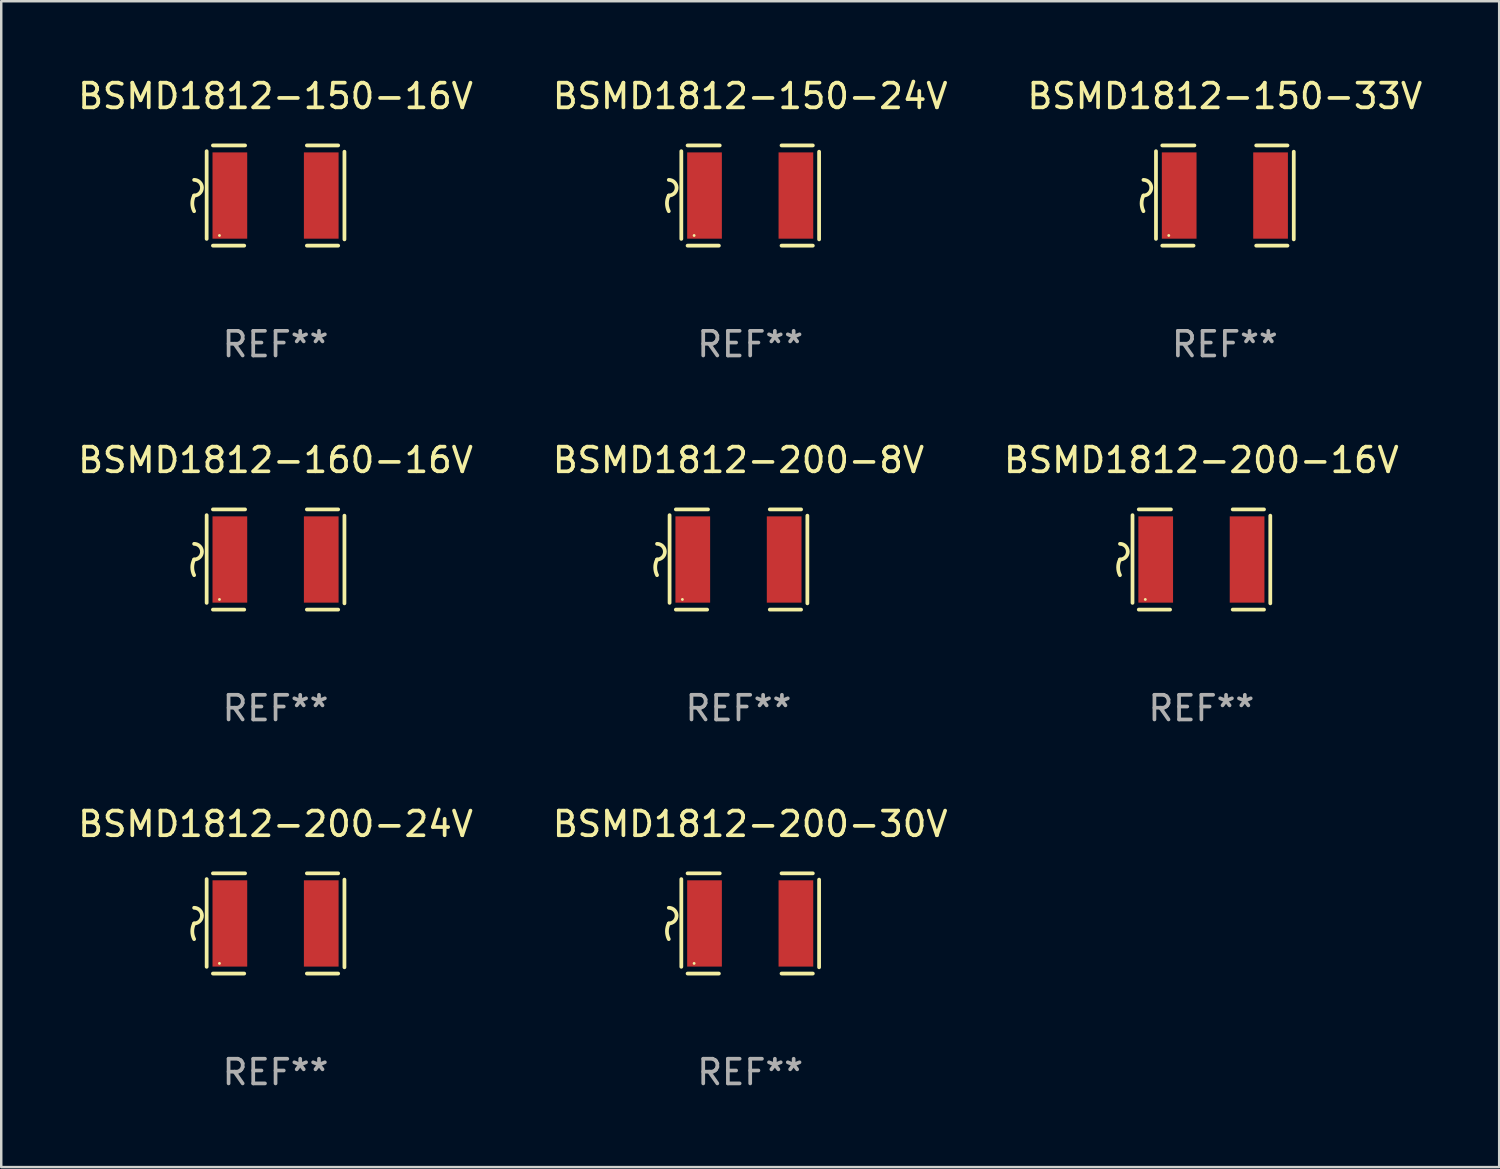
<source format=kicad_pcb>
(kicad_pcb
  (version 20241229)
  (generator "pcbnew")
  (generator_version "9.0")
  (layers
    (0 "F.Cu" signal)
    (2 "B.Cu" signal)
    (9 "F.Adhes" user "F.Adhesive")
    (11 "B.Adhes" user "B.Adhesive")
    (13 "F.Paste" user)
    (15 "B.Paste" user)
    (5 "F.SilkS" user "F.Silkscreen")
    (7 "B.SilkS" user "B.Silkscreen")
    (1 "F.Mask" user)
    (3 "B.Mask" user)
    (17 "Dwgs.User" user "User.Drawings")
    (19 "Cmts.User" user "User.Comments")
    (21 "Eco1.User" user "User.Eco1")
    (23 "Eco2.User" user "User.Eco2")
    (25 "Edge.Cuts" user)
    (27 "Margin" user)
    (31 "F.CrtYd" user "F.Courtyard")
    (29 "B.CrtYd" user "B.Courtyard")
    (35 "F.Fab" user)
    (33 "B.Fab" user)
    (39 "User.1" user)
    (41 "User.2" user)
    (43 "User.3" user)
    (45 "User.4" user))
  (footprint "BSMD1812-200-30V"
    (layer "F.Cu")
    (at 27.375 34.401)
    (property "Reference" "BSMD1812-200-30V" (at 0 -4.032 0) (layer "F.SilkS") (effects (font (size 1 1) (thickness 0.15))))
    (attr through_hole)
    (fp_line (start -2.794 -1.798) (end -2.794 1.758) (stroke (width 0.152) (type solid)) (layer "F.SilkS"))
    (fp_line (start -2.54 -2.032) (end -1.235 -2.032) (stroke (width 0.152) (type solid)) (layer "F.SilkS"))
    (fp_line (start -1.27 2.032) (end -2.54 2.032) (stroke (width 0.152) (type solid)) (layer "F.SilkS"))
    (fp_line (start 1.27 2.032) (end 2.54 2.032) (stroke (width 0.152) (type solid)) (layer "F.SilkS"))
    (fp_line (start 2.54 -2.032) (end 1.27 -2.032) (stroke (width 0.152) (type solid)) (layer "F.SilkS"))
    (fp_line (start 2.794 -1.778) (end 2.794 1.778) (stroke (width 0.152) (type solid)) (layer "F.SilkS"))
    (fp_arc (start -3.302007 -0.635002) (mid -2.984506 -0.317501) (end -3.302007 0) (stroke (width 0.151994) (type solid)) (layer "F.SilkS"))
    (fp_arc (start -3.302007 0.635002) (mid -3.376959 0.317501) (end -3.302007 0) (stroke (width 0.151994) (type solid)) (layer "F.SilkS"))
    (fp_circle (center -2.275 1.62) (end -2.245 1.62) (stroke (width 0.06) (type solid)) (fill no) (layer "F.SilkS"))
    (fp_text user "REF**" (at 0 6.032 0) (layer "F.Fab") (effects (font (size 1 1) (thickness 0.15))))
    (pad "1" smd rect (at -1.853 0) (size 1.407 3.499) (layers "F.Cu" "F.Mask" "F.Paste"))
    (pad "2" smd rect (at 1.853 0) (size 1.407 3.499) (layers "F.Cu" "F.Mask" "F.Paste")))
  (footprint "BSMD1812-150-16V"
    (layer "F.Cu")
    (at 8.125 4.88)
    (property "Reference" "BSMD1812-150-16V" (at 0 -4.032 0) (layer "F.SilkS") (effects (font (size 1 1) (thickness 0.15))))
    (attr through_hole)
    (fp_line (start -2.794 -1.798) (end -2.794 1.758) (stroke (width 0.152) (type solid)) (layer "F.SilkS"))
    (fp_line (start -2.54 -2.032) (end -1.235 -2.032) (stroke (width 0.152) (type solid)) (layer "F.SilkS"))
    (fp_line (start -1.27 2.032) (end -2.54 2.032) (stroke (width 0.152) (type solid)) (layer "F.SilkS"))
    (fp_line (start 1.27 2.032) (end 2.54 2.032) (stroke (width 0.152) (type solid)) (layer "F.SilkS"))
    (fp_line (start 2.54 -2.032) (end 1.27 -2.032) (stroke (width 0.152) (type solid)) (layer "F.SilkS"))
    (fp_line (start 2.794 -1.778) (end 2.794 1.778) (stroke (width 0.152) (type solid)) (layer "F.SilkS"))
    (fp_arc (start -3.302007 -0.635002) (mid -2.984506 -0.317501) (end -3.302007 0) (stroke (width 0.151994) (type solid)) (layer "F.SilkS"))
    (fp_arc (start -3.302007 0.635002) (mid -3.376959 0.317501) (end -3.302007 0) (stroke (width 0.151994) (type solid)) (layer "F.SilkS"))
    (fp_circle (center -2.275 1.62) (end -2.245 1.62) (stroke (width 0.06) (type solid)) (fill no) (layer "F.SilkS"))
    (fp_text user "REF**" (at 0 6.032 0) (layer "F.Fab") (effects (font (size 1 1) (thickness 0.15))))
    (pad "1" smd rect (at -1.853 0) (size 1.407 3.499) (layers "F.Cu" "F.Mask" "F.Paste"))
    (pad "2" smd rect (at 1.853 0) (size 1.407 3.499) (layers "F.Cu" "F.Mask" "F.Paste")))
  (footprint "BSMD1812-150-33V"
    (layer "F.Cu")
    (at 46.625 4.88)
    (property "Reference" "BSMD1812-150-33V" (at 0 -4.032 0) (layer "F.SilkS") (effects (font (size 1 1) (thickness 0.15))))
    (attr through_hole)
    (fp_line (start -2.794 -1.798) (end -2.794 1.758) (stroke (width 0.152) (type solid)) (layer "F.SilkS"))
    (fp_line (start -2.54 -2.032) (end -1.235 -2.032) (stroke (width 0.152) (type solid)) (layer "F.SilkS"))
    (fp_line (start -1.27 2.032) (end -2.54 2.032) (stroke (width 0.152) (type solid)) (layer "F.SilkS"))
    (fp_line (start 1.27 2.032) (end 2.54 2.032) (stroke (width 0.152) (type solid)) (layer "F.SilkS"))
    (fp_line (start 2.54 -2.032) (end 1.27 -2.032) (stroke (width 0.152) (type solid)) (layer "F.SilkS"))
    (fp_line (start 2.794 -1.778) (end 2.794 1.778) (stroke (width 0.152) (type solid)) (layer "F.SilkS"))
    (fp_arc (start -3.302007 -0.635002) (mid -2.984506 -0.317501) (end -3.302007 0) (stroke (width 0.151994) (type solid)) (layer "F.SilkS"))
    (fp_arc (start -3.302007 0.635002) (mid -3.376959 0.317501) (end -3.302007 0) (stroke (width 0.151994) (type solid)) (layer "F.SilkS"))
    (fp_circle (center -2.275 1.62) (end -2.245 1.62) (stroke (width 0.06) (type solid)) (fill no) (layer "F.SilkS"))
    (fp_text user "REF**" (at 0 6.032 0) (layer "F.Fab") (effects (font (size 1 1) (thickness 0.15))))
    (pad "1" smd rect (at -1.853 0) (size 1.407 3.499) (layers "F.Cu" "F.Mask" "F.Paste"))
    (pad "2" smd rect (at 1.853 0) (size 1.407 3.499) (layers "F.Cu" "F.Mask" "F.Paste")))
  (footprint "BSMD1812-150-24V"
    (layer "F.Cu")
    (at 27.375 4.88)
    (property "Reference" "BSMD1812-150-24V" (at 0 -4.032 0) (layer "F.SilkS") (effects (font (size 1 1) (thickness 0.15))))
    (attr through_hole)
    (fp_line (start -2.794 -1.798) (end -2.794 1.758) (stroke (width 0.152) (type solid)) (layer "F.SilkS"))
    (fp_line (start -2.54 -2.032) (end -1.235 -2.032) (stroke (width 0.152) (type solid)) (layer "F.SilkS"))
    (fp_line (start -1.27 2.032) (end -2.54 2.032) (stroke (width 0.152) (type solid)) (layer "F.SilkS"))
    (fp_line (start 1.27 2.032) (end 2.54 2.032) (stroke (width 0.152) (type solid)) (layer "F.SilkS"))
    (fp_line (start 2.54 -2.032) (end 1.27 -2.032) (stroke (width 0.152) (type solid)) (layer "F.SilkS"))
    (fp_line (start 2.794 -1.778) (end 2.794 1.778) (stroke (width 0.152) (type solid)) (layer "F.SilkS"))
    (fp_arc (start -3.302007 -0.635002) (mid -2.984506 -0.317501) (end -3.302007 0) (stroke (width 0.151994) (type solid)) (layer "F.SilkS"))
    (fp_arc (start -3.302007 0.635002) (mid -3.376959 0.317501) (end -3.302007 0) (stroke (width 0.151994) (type solid)) (layer "F.SilkS"))
    (fp_circle (center -2.275 1.62) (end -2.245 1.62) (stroke (width 0.06) (type solid)) (fill no) (layer "F.SilkS"))
    (fp_text user "REF**" (at 0 6.032 0) (layer "F.Fab") (effects (font (size 1 1) (thickness 0.15))))
    (pad "1" smd rect (at -1.853 0) (size 1.407 3.499) (layers "F.Cu" "F.Mask" "F.Paste"))
    (pad "2" smd rect (at 1.853 0) (size 1.407 3.499) (layers "F.Cu" "F.Mask" "F.Paste")))
  (footprint "BSMD1812-200-8V"
    (layer "F.Cu")
    (at 26.899 19.641)
    (property "Reference" "BSMD1812-200-8V" (at 0 -4.032 0) (layer "F.SilkS") (effects (font (size 1 1) (thickness 0.15))))
    (attr through_hole)
    (fp_line (start -2.794 -1.798) (end -2.794 1.758) (stroke (width 0.152) (type solid)) (layer "F.SilkS"))
    (fp_line (start -2.54 -2.032) (end -1.235 -2.032) (stroke (width 0.152) (type solid)) (layer "F.SilkS"))
    (fp_line (start -1.27 2.032) (end -2.54 2.032) (stroke (width 0.152) (type solid)) (layer "F.SilkS"))
    (fp_line (start 1.27 2.032) (end 2.54 2.032) (stroke (width 0.152) (type solid)) (layer "F.SilkS"))
    (fp_line (start 2.54 -2.032) (end 1.27 -2.032) (stroke (width 0.152) (type solid)) (layer "F.SilkS"))
    (fp_line (start 2.794 -1.778) (end 2.794 1.778) (stroke (width 0.152) (type solid)) (layer "F.SilkS"))
    (fp_arc (start -3.302007 -0.635002) (mid -2.984506 -0.317501) (end -3.302007 0) (stroke (width 0.151994) (type solid)) (layer "F.SilkS"))
    (fp_arc (start -3.302007 0.635002) (mid -3.376959 0.317501) (end -3.302007 0) (stroke (width 0.151994) (type solid)) (layer "F.SilkS"))
    (fp_circle (center -2.275 1.62) (end -2.245 1.62) (stroke (width 0.06) (type solid)) (fill no) (layer "F.SilkS"))
    (fp_text user "REF**" (at 0 6.032 0) (layer "F.Fab") (effects (font (size 1 1) (thickness 0.15))))
    (pad "1" smd rect (at -1.853 0) (size 1.407 3.499) (layers "F.Cu" "F.Mask" "F.Paste"))
    (pad "2" smd rect (at 1.853 0) (size 1.407 3.499) (layers "F.Cu" "F.Mask" "F.Paste")))
  (footprint "BSMD1812-200-16V"
    (layer "F.Cu")
    (at 45.673 19.641)
    (property "Reference" "BSMD1812-200-16V" (at 0 -4.032 0) (layer "F.SilkS") (effects (font (size 1 1) (thickness 0.15))))
    (attr through_hole)
    (fp_line (start -2.794 -1.798) (end -2.794 1.758) (stroke (width 0.152) (type solid)) (layer "F.SilkS"))
    (fp_line (start -2.54 -2.032) (end -1.235 -2.032) (stroke (width 0.152) (type solid)) (layer "F.SilkS"))
    (fp_line (start -1.27 2.032) (end -2.54 2.032) (stroke (width 0.152) (type solid)) (layer "F.SilkS"))
    (fp_line (start 1.27 2.032) (end 2.54 2.032) (stroke (width 0.152) (type solid)) (layer "F.SilkS"))
    (fp_line (start 2.54 -2.032) (end 1.27 -2.032) (stroke (width 0.152) (type solid)) (layer "F.SilkS"))
    (fp_line (start 2.794 -1.778) (end 2.794 1.778) (stroke (width 0.152) (type solid)) (layer "F.SilkS"))
    (fp_arc (start -3.302007 -0.635002) (mid -2.984506 -0.317501) (end -3.302007 0) (stroke (width 0.151994) (type solid)) (layer "F.SilkS"))
    (fp_arc (start -3.302007 0.635002) (mid -3.376959 0.317501) (end -3.302007 0) (stroke (width 0.151994) (type solid)) (layer "F.SilkS"))
    (fp_circle (center -2.275 1.62) (end -2.245 1.62) (stroke (width 0.06) (type solid)) (fill no) (layer "F.SilkS"))
    (fp_text user "REF**" (at 0 6.032 0) (layer "F.Fab") (effects (font (size 1 1) (thickness 0.15))))
    (pad "1" smd rect (at -1.853 0) (size 1.407 3.499) (layers "F.Cu" "F.Mask" "F.Paste"))
    (pad "2" smd rect (at 1.853 0) (size 1.407 3.499) (layers "F.Cu" "F.Mask" "F.Paste")))
  (footprint "BSMD1812-160-16V"
    (layer "F.Cu")
    (at 8.125 19.641)
    (property "Reference" "BSMD1812-160-16V" (at 0 -4.032 0) (layer "F.SilkS") (effects (font (size 1 1) (thickness 0.15))))
    (attr through_hole)
    (fp_line (start -2.794 -1.798) (end -2.794 1.758) (stroke (width 0.152) (type solid)) (layer "F.SilkS"))
    (fp_line (start -2.54 -2.032) (end -1.235 -2.032) (stroke (width 0.152) (type solid)) (layer "F.SilkS"))
    (fp_line (start -1.27 2.032) (end -2.54 2.032) (stroke (width 0.152) (type solid)) (layer "F.SilkS"))
    (fp_line (start 1.27 2.032) (end 2.54 2.032) (stroke (width 0.152) (type solid)) (layer "F.SilkS"))
    (fp_line (start 2.54 -2.032) (end 1.27 -2.032) (stroke (width 0.152) (type solid)) (layer "F.SilkS"))
    (fp_line (start 2.794 -1.778) (end 2.794 1.778) (stroke (width 0.152) (type solid)) (layer "F.SilkS"))
    (fp_arc (start -3.302007 -0.635002) (mid -2.984506 -0.317501) (end -3.302007 0) (stroke (width 0.151994) (type solid)) (layer "F.SilkS"))
    (fp_arc (start -3.302007 0.635002) (mid -3.376959 0.317501) (end -3.302007 0) (stroke (width 0.151994) (type solid)) (layer "F.SilkS"))
    (fp_circle (center -2.275 1.62) (end -2.245 1.62) (stroke (width 0.06) (type solid)) (fill no) (layer "F.SilkS"))
    (fp_text user "REF**" (at 0 6.032 0) (layer "F.Fab") (effects (font (size 1 1) (thickness 0.15))))
    (pad "1" smd rect (at -1.853 0) (size 1.407 3.499) (layers "F.Cu" "F.Mask" "F.Paste"))
    (pad "2" smd rect (at 1.853 0) (size 1.407 3.499) (layers "F.Cu" "F.Mask" "F.Paste")))
  (footprint "BSMD1812-200-24V"
    (layer "F.Cu")
    (at 8.125 34.401)
    (property "Reference" "BSMD1812-200-24V" (at 0 -4.032 0) (layer "F.SilkS") (effects (font (size 1 1) (thickness 0.15))))
    (attr through_hole)
    (fp_line (start -2.794 -1.798) (end -2.794 1.758) (stroke (width 0.152) (type solid)) (layer "F.SilkS"))
    (fp_line (start -2.54 -2.032) (end -1.235 -2.032) (stroke (width 0.152) (type solid)) (layer "F.SilkS"))
    (fp_line (start -1.27 2.032) (end -2.54 2.032) (stroke (width 0.152) (type solid)) (layer "F.SilkS"))
    (fp_line (start 1.27 2.032) (end 2.54 2.032) (stroke (width 0.152) (type solid)) (layer "F.SilkS"))
    (fp_line (start 2.54 -2.032) (end 1.27 -2.032) (stroke (width 0.152) (type solid)) (layer "F.SilkS"))
    (fp_line (start 2.794 -1.778) (end 2.794 1.778) (stroke (width 0.152) (type solid)) (layer "F.SilkS"))
    (fp_arc (start -3.302007 -0.635002) (mid -2.984506 -0.317501) (end -3.302007 0) (stroke (width 0.151994) (type solid)) (layer "F.SilkS"))
    (fp_arc (start -3.302007 0.635002) (mid -3.376959 0.317501) (end -3.302007 0) (stroke (width 0.151994) (type solid)) (layer "F.SilkS"))
    (fp_circle (center -2.275 1.62) (end -2.245 1.62) (stroke (width 0.06) (type solid)) (fill no) (layer "F.SilkS"))
    (fp_text user "REF**" (at 0 6.032 0) (layer "F.Fab") (effects (font (size 1 1) (thickness 0.15))))
    (pad "1" smd rect (at -1.853 0) (size 1.407 3.499) (layers "F.Cu" "F.Mask" "F.Paste"))
    (pad "2" smd rect (at 1.853 0) (size 1.407 3.499) (layers "F.Cu" "F.Mask" "F.Paste")))
  (gr_rect
    (start -3 -3)
    (end 57.75 44.282)
    (stroke (width 0.1) (type default))
    (fill no)
    (layer "Edge.Cuts")))
</source>
